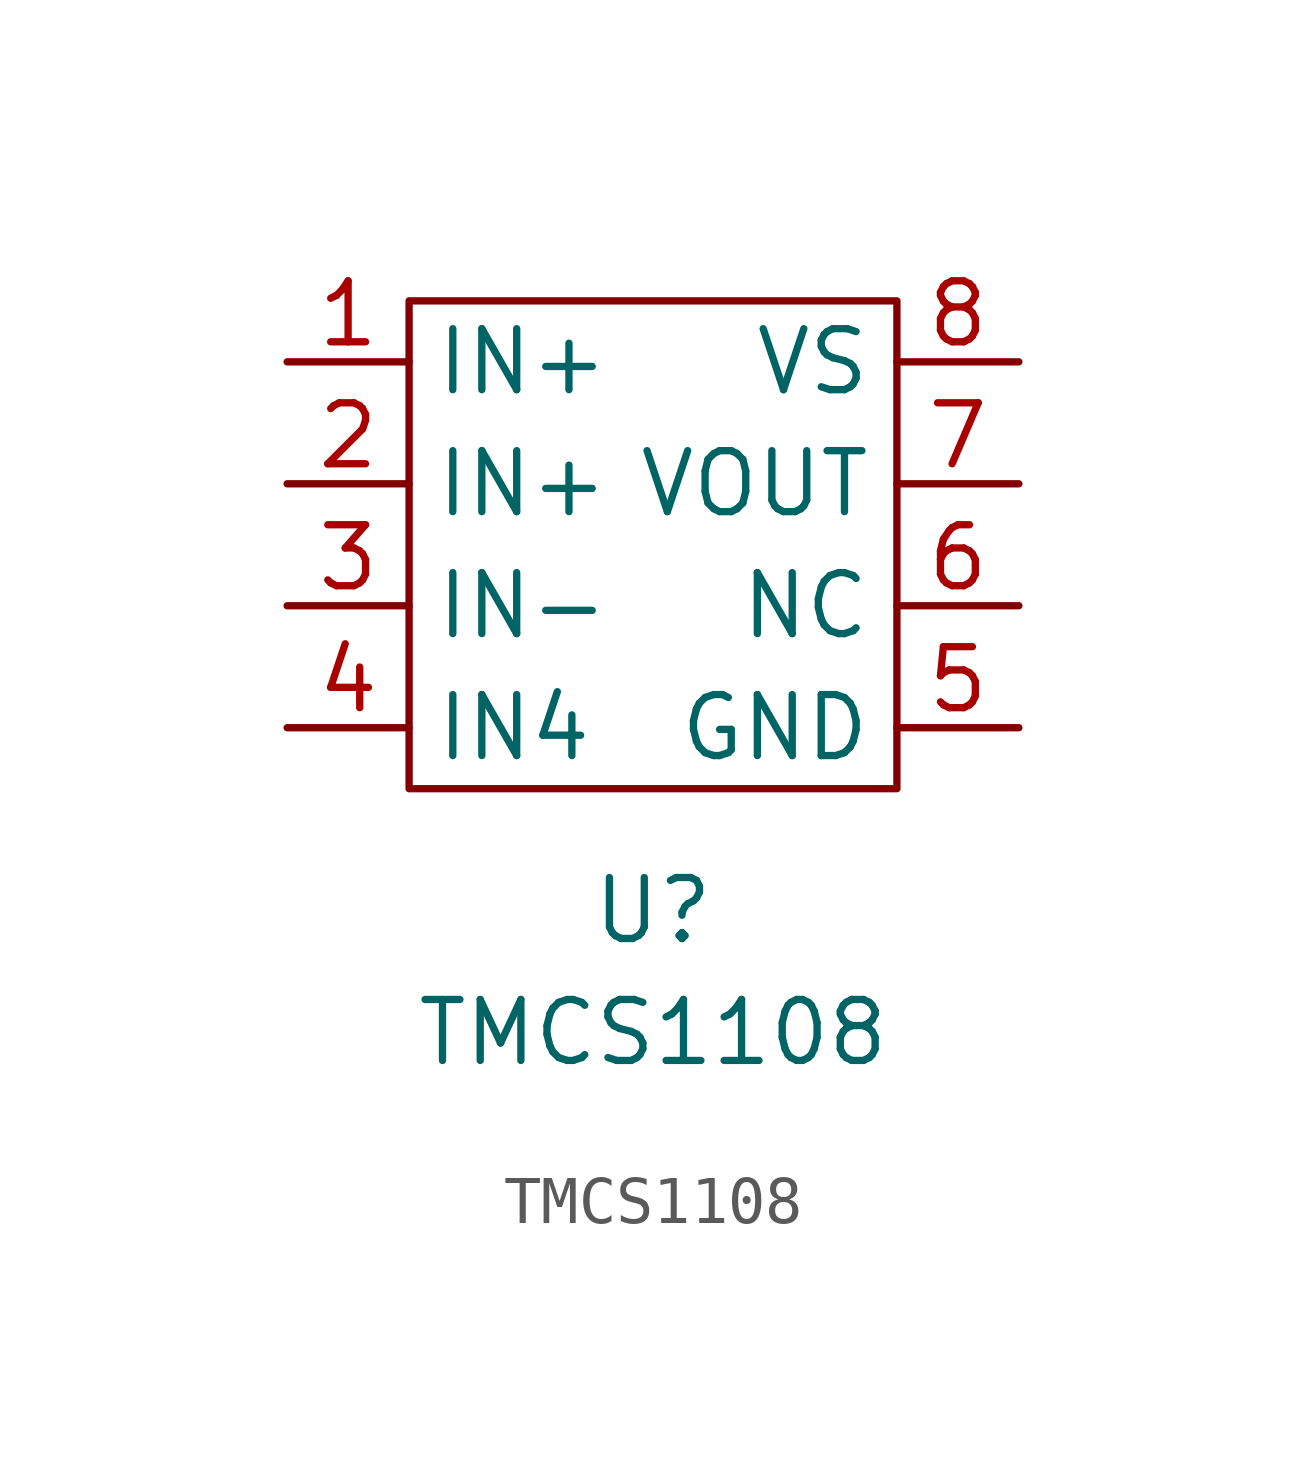
<source format=kicad_sym>
(kicad_symbol_lib
  (version 20220914)
  (generator kicad_symbol_editor)
  (symbol "TMCS1108"
    (property "Reference" "U"
      (at 0 -7.62 0)
      (effects (font (size 1.27 1.27))))
    (property "Value" "TMCS1108"
      (at 0 -10.16 0)
      (effects (font (size 1.27 1.27))))
    (symbol "TMCS1108_0_1"
      (rectangle (start -5.08 5.08) (end 5.08 -5.08) (stroke (width 0) (type default)) (fill (type none))))
    (symbol "TMCS1108_1_1"
      (pin input line (at -7.62 3.81 0) (length 2.54) (name "IN+" (effects (font (size 1.27 1.27)))) (number "1" (effects (font (size 1.27 1.27)))))
      (pin input line (at -7.62 1.27 0) (length 2.54) (name "IN+" (effects (font (size 1.27 1.27)))) (number "2" (effects (font (size 1.27 1.27)))))
      (pin input line (at -7.62 -1.27 0) (length 2.54) (name "IN-" (effects (font (size 1.27 1.27)))) (number "3" (effects (font (size 1.27 1.27)))))
      (pin input line (at -7.62 -3.81 0) (length 2.54) (name "IN4" (effects (font (size 1.27 1.27)))) (number "4" (effects (font (size 1.27 1.27)))))
      (pin input line (at 7.62 -3.81 180) (length 2.54) (name "GND" (effects (font (size 1.27 1.27)))) (number "5" (effects (font (size 1.27 1.27)))))
      (pin input line (at 7.62 -1.27 180) (length 2.54) (name "NC" (effects (font (size 1.27 1.27)))) (number "6" (effects (font (size 1.27 1.27)))))
      (pin input line (at 7.62 1.27 180) (length 2.54) (name "VOUT" (effects (font (size 1.27 1.27)))) (number "7" (effects (font (size 1.27 1.27)))))
      (pin input line (at 7.62 3.81 180) (length 2.54) (name "VS" (effects (font (size 1.27 1.27)))) (number "8" (effects (font (size 1.27 1.27))))))))
</source>
